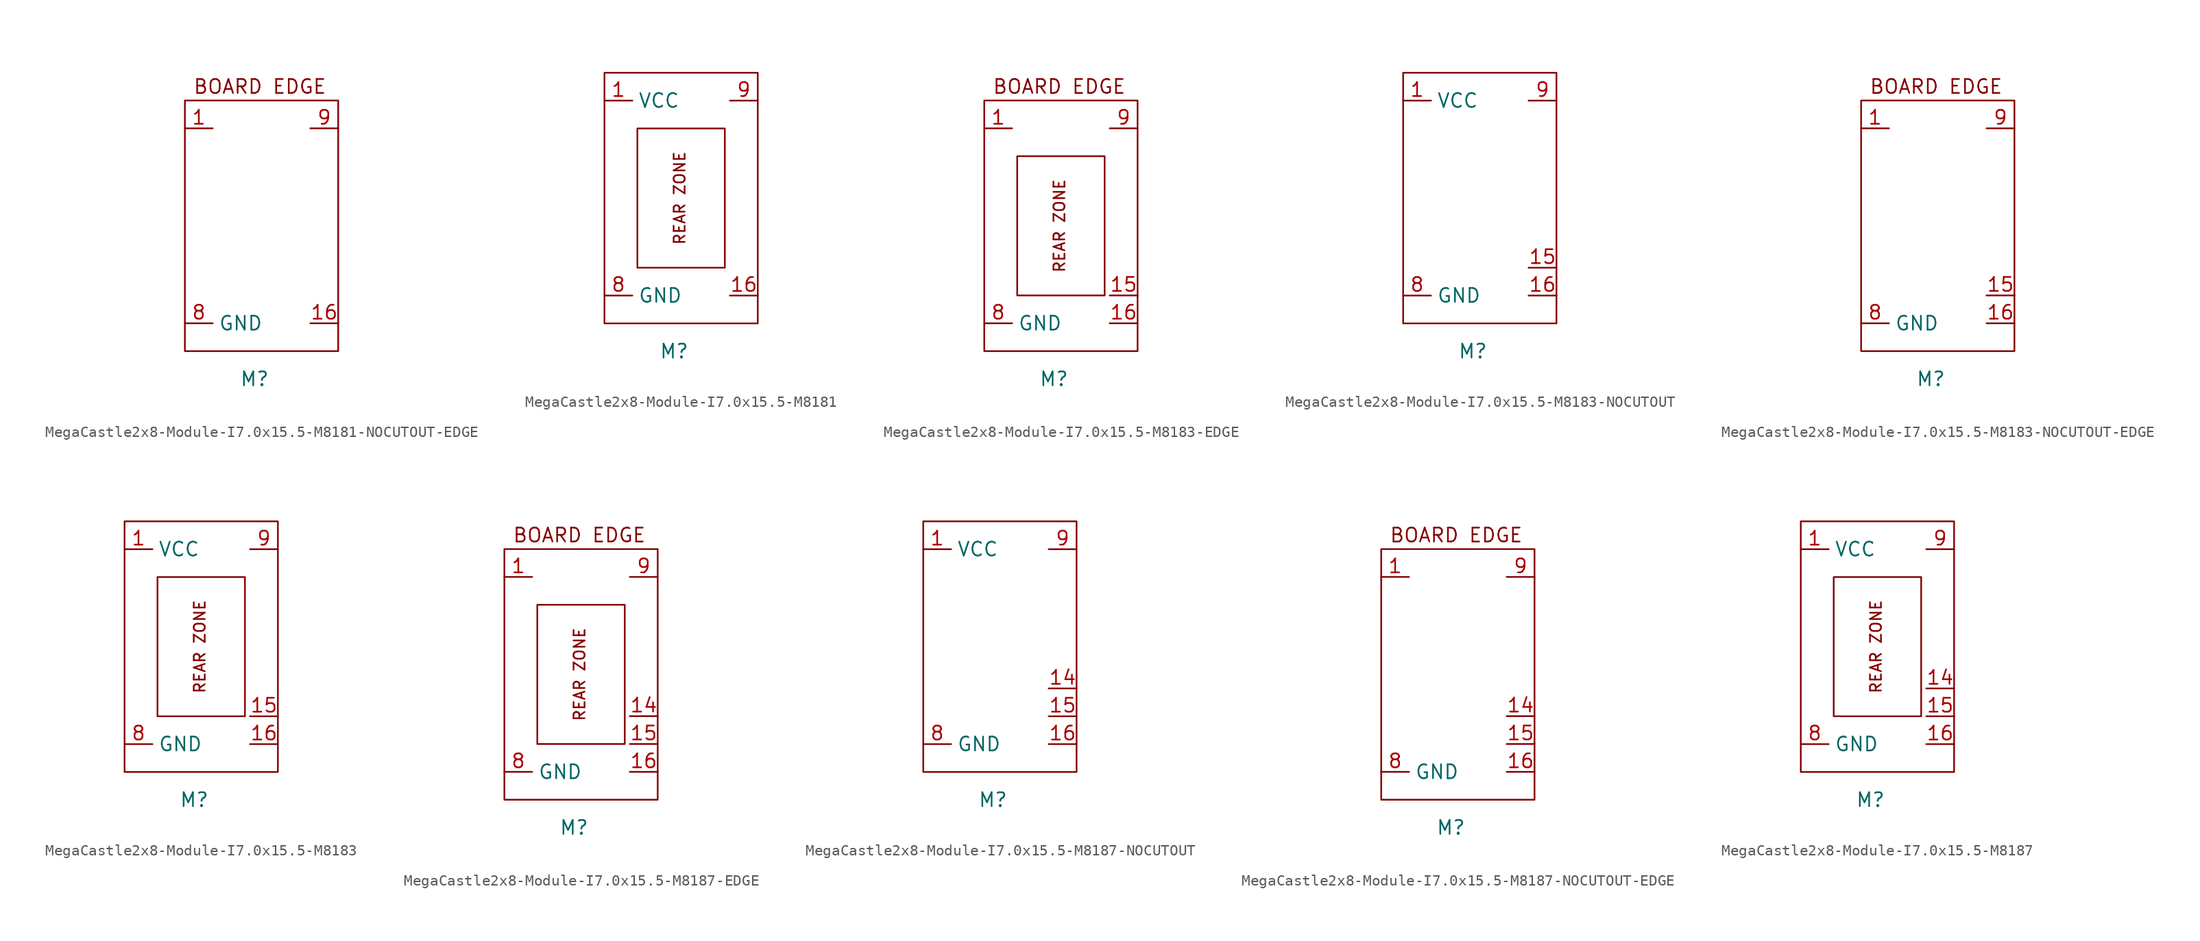
<source format=kicad_sym>
(kicad_symbol_lib
  (version 20241209)
  (generator "kicad_symbol_editor")
  (generator_version "9.0")
  (symbol "MegaCastle2x8-Module-I7.0x15.5-M8181-NOCUTOUT-EDGE"
    (property "Reference" "M"
      (at 0 -13.97 0)
      (effects (font (size 1.27 1.27))))
    (property "Value" ""
      (at 0 5.08 0)
      (effects (font (size 1.27 1.27))))
    (symbol "MegaCastle2x8-Module-I7.0x15.5-M8181-NOCUTOUT-EDGE_0_1"
      (rectangle (start -6.35 11.43) (end 7.62 -11.43) (stroke (width 0) (type default)) (fill (type none))))
    (symbol "MegaCastle2x8-Module-I7.0x15.5-M8181-NOCUTOUT-EDGE_1_1"
      (text " BOARD EDGE" (at 0 12.7 0) (effects (font (size 1.27 1.27))))
      (pin bidirectional line (at -6.35 8.89 0) (length 2.54) (name "" (effects (font (size 1.27 1.27)))) (number "1" (effects (font (size 1.27 1.27)))))
      (pin bidirectional line (at -6.35 -8.89 0) (length 2.54) (name "GND" (effects (font (size 1.27 1.27)))) (number "8" (effects (font (size 1.27 1.27)))))
      (pin bidirectional line (at 7.62 8.89 180) (length 2.54) (name "" (effects (font (size 1.27 1.27)))) (number "9" (effects (font (size 1.27 1.27)))))
      (pin bidirectional line (at 7.62 -8.89 180) (length 2.54) (name "" (effects (font (size 1.27 1.27)))) (number "16" (effects (font (size 1.27 1.27)))))))
  (symbol "MegaCastle2x8-Module-I7.0x15.5-M8181"
    (property "Reference" "M"
      (at 0 -13.97 0)
      (effects (font (size 1.27 1.27))))
    (property "Value" ""
      (at 0 5.08 0)
      (effects (font (size 1.27 1.27))))
    (symbol "MegaCastle2x8-Module-I7.0x15.5-M8181_0_1"
      (rectangle (start -6.35 11.43) (end 7.62 -11.43) (stroke (width 0) (type default)) (fill (type none)))
      (rectangle (start -3.35 6.35) (end 4.62 -6.35) (stroke (width 0) (type default)) (fill (type none))))
    (symbol "MegaCastle2x8-Module-I7.0x15.5-M8181_1_1"
      (text "REAR ZONE" (at 0.5 0 900) (effects (font (size 1 1))))
      (pin bidirectional line (at -6.35 8.89 0) (length 2.54) (name "VCC" (effects (font (size 1.27 1.27)))) (number "1" (effects (font (size 1.27 1.27)))))
      (pin bidirectional line (at -6.35 -8.89 0) (length 2.54) (name "GND" (effects (font (size 1.27 1.27)))) (number "8" (effects (font (size 1.27 1.27)))))
      (pin bidirectional line (at 7.62 8.89 180) (length 2.54) (name "" (effects (font (size 1.27 1.27)))) (number "9" (effects (font (size 1.27 1.27)))))
      (pin bidirectional line (at 7.62 -8.89 180) (length 2.54) (name "" (effects (font (size 1.27 1.27)))) (number "16" (effects (font (size 1.27 1.27)))))))
  (symbol "MegaCastle2x8-Module-I7.0x15.5-M8183-EDGE"
    (property "Reference" "M"
      (at 0 -13.97 0)
      (effects (font (size 1.27 1.27))))
    (property "Value" ""
      (at 0 5.08 0)
      (effects (font (size 1.27 1.27))))
    (symbol "MegaCastle2x8-Module-I7.0x15.5-M8183-EDGE_0_1"
      (rectangle (start -6.35 11.43) (end 7.62 -11.43) (stroke (width 0) (type default)) (fill (type none)))
      (rectangle (start -3.35 6.35) (end 4.62 -6.35) (stroke (width 0) (type default)) (fill (type none))))
    (symbol "MegaCastle2x8-Module-I7.0x15.5-M8183-EDGE_1_1"
      (text " BOARD EDGE" (at 0 12.7 0) (effects (font (size 1.27 1.27))))
      (text "REAR ZONE" (at 0.5 0 900) (effects (font (size 1 1))))
      (pin bidirectional line (at -6.35 8.89 0) (length 2.54) (name "" (effects (font (size 1.27 1.27)))) (number "1" (effects (font (size 1.27 1.27)))))
      (pin bidirectional line (at -6.35 -8.89 0) (length 2.54) (name "GND" (effects (font (size 1.27 1.27)))) (number "8" (effects (font (size 1.27 1.27)))))
      (pin bidirectional line (at 7.62 8.89 180) (length 2.54) (name "" (effects (font (size 1.27 1.27)))) (number "9" (effects (font (size 1.27 1.27)))))
      (pin bidirectional line (at 7.62 -6.35 180) (length 2.54) (name "" (effects (font (size 1.27 1.27)))) (number "15" (effects (font (size 1.27 1.27)))))
      (pin bidirectional line (at 7.62 -8.89 180) (length 2.54) (name "" (effects (font (size 1.27 1.27)))) (number "16" (effects (font (size 1.27 1.27)))))))
  (symbol "MegaCastle2x8-Module-I7.0x15.5-M8183-NOCUTOUT"
    (property "Reference" "M"
      (at 0 -13.97 0)
      (effects (font (size 1.27 1.27))))
    (property "Value" ""
      (at 0 5.08 0)
      (effects (font (size 1.27 1.27))))
    (symbol "MegaCastle2x8-Module-I7.0x15.5-M8183-NOCUTOUT_0_1"
      (rectangle (start -6.35 11.43) (end 7.62 -11.43) (stroke (width 0) (type default)) (fill (type none))))
    (symbol "MegaCastle2x8-Module-I7.0x15.5-M8183-NOCUTOUT_1_1"
      (pin bidirectional line (at -6.35 8.89 0) (length 2.54) (name "VCC" (effects (font (size 1.27 1.27)))) (number "1" (effects (font (size 1.27 1.27)))))
      (pin bidirectional line (at -6.35 -8.89 0) (length 2.54) (name "GND" (effects (font (size 1.27 1.27)))) (number "8" (effects (font (size 1.27 1.27)))))
      (pin bidirectional line (at 7.62 8.89 180) (length 2.54) (name "" (effects (font (size 1.27 1.27)))) (number "9" (effects (font (size 1.27 1.27)))))
      (pin bidirectional line (at 7.62 -6.35 180) (length 2.54) (name "" (effects (font (size 1.27 1.27)))) (number "15" (effects (font (size 1.27 1.27)))))
      (pin bidirectional line (at 7.62 -8.89 180) (length 2.54) (name "" (effects (font (size 1.27 1.27)))) (number "16" (effects (font (size 1.27 1.27)))))))
  (symbol "MegaCastle2x8-Module-I7.0x15.5-M8183-NOCUTOUT-EDGE"
    (property "Reference" "M"
      (at 0 -13.97 0)
      (effects (font (size 1.27 1.27))))
    (property "Value" ""
      (at 0 5.08 0)
      (effects (font (size 1.27 1.27))))
    (symbol "MegaCastle2x8-Module-I7.0x15.5-M8183-NOCUTOUT-EDGE_0_1"
      (rectangle (start -6.35 11.43) (end 7.62 -11.43) (stroke (width 0) (type default)) (fill (type none))))
    (symbol "MegaCastle2x8-Module-I7.0x15.5-M8183-NOCUTOUT-EDGE_1_1"
      (text " BOARD EDGE" (at 0 12.7 0) (effects (font (size 1.27 1.27))))
      (pin bidirectional line (at -6.35 8.89 0) (length 2.54) (name "" (effects (font (size 1.27 1.27)))) (number "1" (effects (font (size 1.27 1.27)))))
      (pin bidirectional line (at -6.35 -8.89 0) (length 2.54) (name "GND" (effects (font (size 1.27 1.27)))) (number "8" (effects (font (size 1.27 1.27)))))
      (pin bidirectional line (at 7.62 8.89 180) (length 2.54) (name "" (effects (font (size 1.27 1.27)))) (number "9" (effects (font (size 1.27 1.27)))))
      (pin bidirectional line (at 7.62 -6.35 180) (length 2.54) (name "" (effects (font (size 1.27 1.27)))) (number "15" (effects (font (size 1.27 1.27)))))
      (pin bidirectional line (at 7.62 -8.89 180) (length 2.54) (name "" (effects (font (size 1.27 1.27)))) (number "16" (effects (font (size 1.27 1.27)))))))
  (symbol "MegaCastle2x8-Module-I7.0x15.5-M8183"
    (property "Reference" "M"
      (at 0 -13.97 0)
      (effects (font (size 1.27 1.27))))
    (property "Value" ""
      (at 0 5.08 0)
      (effects (font (size 1.27 1.27))))
    (symbol "MegaCastle2x8-Module-I7.0x15.5-M8183_0_1"
      (rectangle (start -6.35 11.43) (end 7.62 -11.43) (stroke (width 0) (type default)) (fill (type none)))
      (rectangle (start -3.35 6.35) (end 4.62 -6.35) (stroke (width 0) (type default)) (fill (type none))))
    (symbol "MegaCastle2x8-Module-I7.0x15.5-M8183_1_1"
      (text "REAR ZONE" (at 0.5 0 900) (effects (font (size 1 1))))
      (pin bidirectional line (at -6.35 8.89 0) (length 2.54) (name "VCC" (effects (font (size 1.27 1.27)))) (number "1" (effects (font (size 1.27 1.27)))))
      (pin bidirectional line (at -6.35 -8.89 0) (length 2.54) (name "GND" (effects (font (size 1.27 1.27)))) (number "8" (effects (font (size 1.27 1.27)))))
      (pin bidirectional line (at 7.62 8.89 180) (length 2.54) (name "" (effects (font (size 1.27 1.27)))) (number "9" (effects (font (size 1.27 1.27)))))
      (pin bidirectional line (at 7.62 -6.35 180) (length 2.54) (name "" (effects (font (size 1.27 1.27)))) (number "15" (effects (font (size 1.27 1.27)))))
      (pin bidirectional line (at 7.62 -8.89 180) (length 2.54) (name "" (effects (font (size 1.27 1.27)))) (number "16" (effects (font (size 1.27 1.27)))))))
  (symbol "MegaCastle2x8-Module-I7.0x15.5-M8187-EDGE"
    (property "Reference" "M"
      (at 0 -13.97 0)
      (effects (font (size 1.27 1.27))))
    (property "Value" ""
      (at 0 5.08 0)
      (effects (font (size 1.27 1.27))))
    (symbol "MegaCastle2x8-Module-I7.0x15.5-M8187-EDGE_0_1"
      (rectangle (start -6.35 11.43) (end 7.62 -11.43) (stroke (width 0) (type default)) (fill (type none)))
      (rectangle (start -3.35 6.35) (end 4.62 -6.35) (stroke (width 0) (type default)) (fill (type none))))
    (symbol "MegaCastle2x8-Module-I7.0x15.5-M8187-EDGE_1_1"
      (text " BOARD EDGE" (at 0 12.7 0) (effects (font (size 1.27 1.27))))
      (text "REAR ZONE" (at 0.5 0 900) (effects (font (size 1 1))))
      (pin bidirectional line (at -6.35 8.89 0) (length 2.54) (name "" (effects (font (size 1.27 1.27)))) (number "1" (effects (font (size 1.27 1.27)))))
      (pin bidirectional line (at -6.35 -8.89 0) (length 2.54) (name "GND" (effects (font (size 1.27 1.27)))) (number "8" (effects (font (size 1.27 1.27)))))
      (pin bidirectional line (at 7.62 8.89 180) (length 2.54) (name "" (effects (font (size 1.27 1.27)))) (number "9" (effects (font (size 1.27 1.27)))))
      (pin bidirectional line (at 7.62 -3.81 180) (length 2.54) (name "" (effects (font (size 1.27 1.27)))) (number "14" (effects (font (size 1.27 1.27)))))
      (pin bidirectional line (at 7.62 -6.35 180) (length 2.54) (name "" (effects (font (size 1.27 1.27)))) (number "15" (effects (font (size 1.27 1.27)))))
      (pin bidirectional line (at 7.62 -8.89 180) (length 2.54) (name "" (effects (font (size 1.27 1.27)))) (number "16" (effects (font (size 1.27 1.27)))))))
  (symbol "MegaCastle2x8-Module-I7.0x15.5-M8187-NOCUTOUT"
    (property "Reference" "M"
      (at 0 -13.97 0)
      (effects (font (size 1.27 1.27))))
    (property "Value" ""
      (at 0 5.08 0)
      (effects (font (size 1.27 1.27))))
    (symbol "MegaCastle2x8-Module-I7.0x15.5-M8187-NOCUTOUT_0_1"
      (rectangle (start -6.35 11.43) (end 7.62 -11.43) (stroke (width 0) (type default)) (fill (type none))))
    (symbol "MegaCastle2x8-Module-I7.0x15.5-M8187-NOCUTOUT_1_1"
      (pin bidirectional line (at -6.35 8.89 0) (length 2.54) (name "VCC" (effects (font (size 1.27 1.27)))) (number "1" (effects (font (size 1.27 1.27)))))
      (pin bidirectional line (at -6.35 -8.89 0) (length 2.54) (name "GND" (effects (font (size 1.27 1.27)))) (number "8" (effects (font (size 1.27 1.27)))))
      (pin bidirectional line (at 7.62 8.89 180) (length 2.54) (name "" (effects (font (size 1.27 1.27)))) (number "9" (effects (font (size 1.27 1.27)))))
      (pin bidirectional line (at 7.62 -3.81 180) (length 2.54) (name "" (effects (font (size 1.27 1.27)))) (number "14" (effects (font (size 1.27 1.27)))))
      (pin bidirectional line (at 7.62 -6.35 180) (length 2.54) (name "" (effects (font (size 1.27 1.27)))) (number "15" (effects (font (size 1.27 1.27)))))
      (pin bidirectional line (at 7.62 -8.89 180) (length 2.54) (name "" (effects (font (size 1.27 1.27)))) (number "16" (effects (font (size 1.27 1.27)))))))
  (symbol "MegaCastle2x8-Module-I7.0x15.5-M8187-NOCUTOUT-EDGE"
    (property "Reference" "M"
      (at 0 -13.97 0)
      (effects (font (size 1.27 1.27))))
    (property "Value" ""
      (at 0 5.08 0)
      (effects (font (size 1.27 1.27))))
    (symbol "MegaCastle2x8-Module-I7.0x15.5-M8187-NOCUTOUT-EDGE_0_1"
      (rectangle (start -6.35 11.43) (end 7.62 -11.43) (stroke (width 0) (type default)) (fill (type none))))
    (symbol "MegaCastle2x8-Module-I7.0x15.5-M8187-NOCUTOUT-EDGE_1_1"
      (text " BOARD EDGE" (at 0 12.7 0) (effects (font (size 1.27 1.27))))
      (pin bidirectional line (at -6.35 8.89 0) (length 2.54) (name "" (effects (font (size 1.27 1.27)))) (number "1" (effects (font (size 1.27 1.27)))))
      (pin bidirectional line (at -6.35 -8.89 0) (length 2.54) (name "GND" (effects (font (size 1.27 1.27)))) (number "8" (effects (font (size 1.27 1.27)))))
      (pin bidirectional line (at 7.62 8.89 180) (length 2.54) (name "" (effects (font (size 1.27 1.27)))) (number "9" (effects (font (size 1.27 1.27)))))
      (pin bidirectional line (at 7.62 -3.81 180) (length 2.54) (name "" (effects (font (size 1.27 1.27)))) (number "14" (effects (font (size 1.27 1.27)))))
      (pin bidirectional line (at 7.62 -6.35 180) (length 2.54) (name "" (effects (font (size 1.27 1.27)))) (number "15" (effects (font (size 1.27 1.27)))))
      (pin bidirectional line (at 7.62 -8.89 180) (length 2.54) (name "" (effects (font (size 1.27 1.27)))) (number "16" (effects (font (size 1.27 1.27)))))))
  (symbol "MegaCastle2x8-Module-I7.0x15.5-M8187"
    (property "Reference" "M"
      (at 0 -13.97 0)
      (effects (font (size 1.27 1.27))))
    (property "Value" ""
      (at 0 5.08 0)
      (effects (font (size 1.27 1.27))))
    (symbol "MegaCastle2x8-Module-I7.0x15.5-M8187_0_1"
      (rectangle (start -6.35 11.43) (end 7.62 -11.43) (stroke (width 0) (type default)) (fill (type none)))
      (rectangle (start -3.35 6.35) (end 4.62 -6.35) (stroke (width 0) (type default)) (fill (type none))))
    (symbol "MegaCastle2x8-Module-I7.0x15.5-M8187_1_1"
      (text "REAR ZONE" (at 0.5 0 900) (effects (font (size 1 1))))
      (pin bidirectional line (at -6.35 8.89 0) (length 2.54) (name "VCC" (effects (font (size 1.27 1.27)))) (number "1" (effects (font (size 1.27 1.27)))))
      (pin bidirectional line (at -6.35 -8.89 0) (length 2.54) (name "GND" (effects (font (size 1.27 1.27)))) (number "8" (effects (font (size 1.27 1.27)))))
      (pin bidirectional line (at 7.62 8.89 180) (length 2.54) (name "" (effects (font (size 1.27 1.27)))) (number "9" (effects (font (size 1.27 1.27)))))
      (pin bidirectional line (at 7.62 -3.81 180) (length 2.54) (name "" (effects (font (size 1.27 1.27)))) (number "14" (effects (font (size 1.27 1.27)))))
      (pin bidirectional line (at 7.62 -6.35 180) (length 2.54) (name "" (effects (font (size 1.27 1.27)))) (number "15" (effects (font (size 1.27 1.27)))))
      (pin bidirectional line (at 7.62 -8.89 180) (length 2.54) (name "" (effects (font (size 1.27 1.27)))) (number "16" (effects (font (size 1.27 1.27))))))))
</source>
